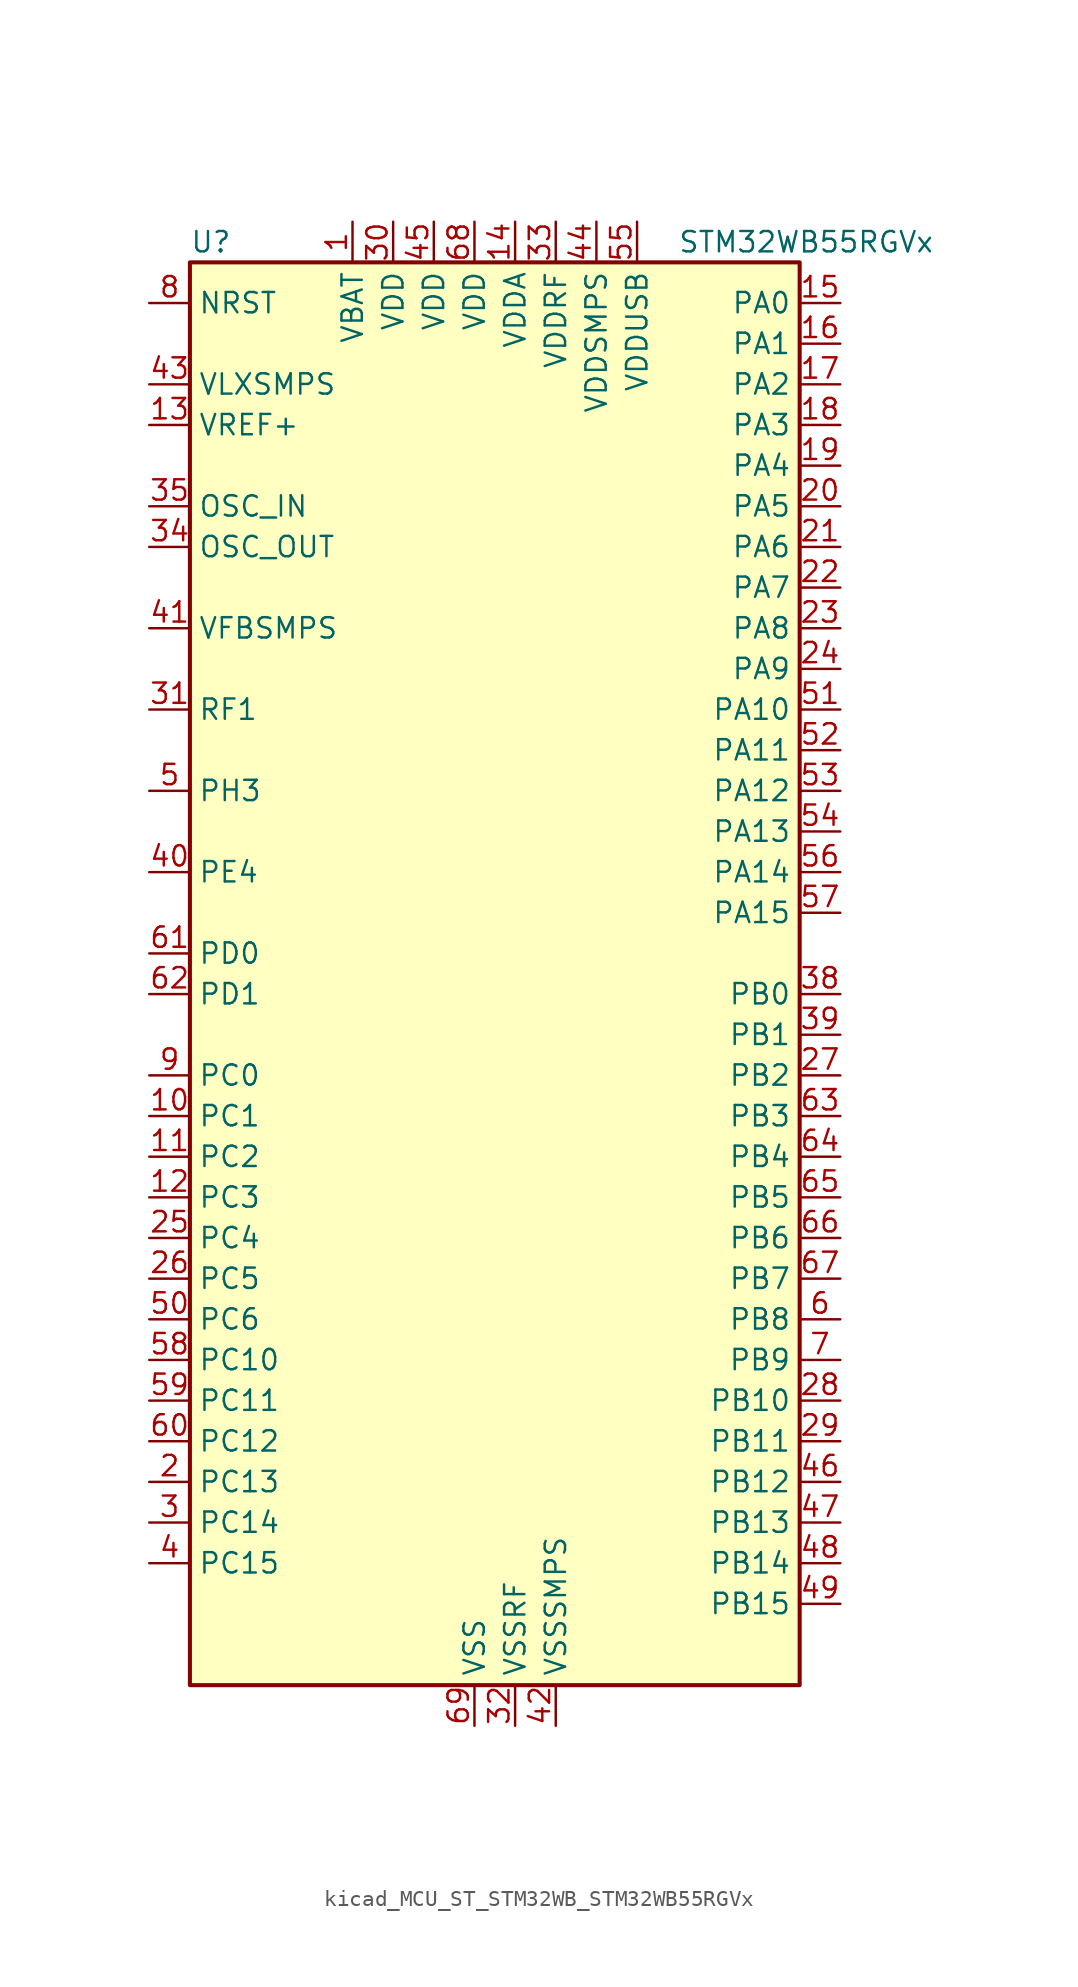
<source format=kicad_sym>
(kicad_symbol_lib
  (version 20220914)
  (generator kicad_symbol_editor)
  (symbol "kicad_MCU_ST_STM32WB_STM32WB55RGVx"
    (property "Reference" "U"
      (at -17.78 46.99 0)
      (effects (font (size 1.27 1.27)) (justify left)))
    (property "Value" "STM32WB55RGVx"
      (at 12.7 46.99 0)
      (effects (font (size 1.27 1.27)) (justify left)))
    (property "ki_locked" ""
      (at 0 0 0)
      (effects (font (size 1.27 1.27))))
    (symbol "kicad_MCU_ST_STM32WB_STM32WB55RGVx_0_1"
      (rectangle (start -17.78 -43.18) (end 20.32 45.72) (stroke (width 0.254) (type default)) (fill (type background))))
    (symbol "kicad_MCU_ST_STM32WB_STM32WB55RGVx_1_1"
      (pin power_in line (at -7.62 48.26 270) (length 2.54) (name "VBAT" (effects (font (size 1.27 1.27)))) (number "1" (effects (font (size 1.27 1.27)))))
      (pin bidirectional line (at -20.32 -7.62 0) (length 2.54) (name "PC1" (effects (font (size 1.27 1.27)))) (number "10" (effects (font (size 1.27 1.27)))) (alternate "ADC1_IN2" bidirectional line) (alternate "I2C3_SDA" bidirectional line) (alternate "LCD_SEG19" bidirectional line) (alternate "LPTIM1_OUT" bidirectional line) (alternate "LPUART1_TX" bidirectional line) (alternate "SPI2_MOSI" bidirectional line))
      (pin bidirectional line (at -20.32 -10.16 0) (length 2.54) (name "PC2" (effects (font (size 1.27 1.27)))) (number "11" (effects (font (size 1.27 1.27)))) (alternate "ADC1_IN3" bidirectional line) (alternate "LCD_SEG20" bidirectional line) (alternate "LPTIM1_IN2" bidirectional line) (alternate "SPI2_MISO" bidirectional line))
      (pin bidirectional line (at -20.32 -12.7 0) (length 2.54) (name "PC3" (effects (font (size 1.27 1.27)))) (number "12" (effects (font (size 1.27 1.27)))) (alternate "ADC1_IN4" bidirectional line) (alternate "LCD_VLCD" bidirectional line) (alternate "LPTIM1_ETR" bidirectional line) (alternate "LPTIM2_ETR" bidirectional line) (alternate "SAI1_D1" bidirectional line) (alternate "SAI1_SD_A" bidirectional line) (alternate "SPI2_MOSI" bidirectional line))
      (pin input line (at -20.32 35.56 0) (length 2.54) (name "VREF+" (effects (font (size 1.27 1.27)))) (number "13" (effects (font (size 1.27 1.27)))) (alternate "VREFBUF_OUT" bidirectional line))
      (pin power_in line (at 2.54 48.26 270) (length 2.54) (name "VDDA" (effects (font (size 1.27 1.27)))) (number "14" (effects (font (size 1.27 1.27)))))
      (pin bidirectional line (at 22.86 43.18 180) (length 2.54) (name "PA0" (effects (font (size 1.27 1.27)))) (number "15" (effects (font (size 1.27 1.27)))) (alternate "ADC1_IN5" bidirectional line) (alternate "COMP1_INM" bidirectional line) (alternate "COMP1_OUT" bidirectional line) (alternate "RTC_TAMP2" bidirectional line) (alternate "SAI1_EXTCLK" bidirectional line) (alternate "SYS_WKUP1" bidirectional line) (alternate "TIM2_CH1" bidirectional line) (alternate "TIM2_ETR" bidirectional line))
      (pin bidirectional line (at 22.86 40.64 180) (length 2.54) (name "PA1" (effects (font (size 1.27 1.27)))) (number "16" (effects (font (size 1.27 1.27)))) (alternate "ADC1_IN6" bidirectional line) (alternate "COMP1_INP" bidirectional line) (alternate "I2C1_SMBA" bidirectional line) (alternate "LCD_SEG0" bidirectional line) (alternate "SPI1_SCK" bidirectional line) (alternate "TIM2_CH2" bidirectional line))
      (pin bidirectional line (at 22.86 38.1 180) (length 2.54) (name "PA2" (effects (font (size 1.27 1.27)))) (number "17" (effects (font (size 1.27 1.27)))) (alternate "ADC1_IN7" bidirectional line) (alternate "COMP2_INM" bidirectional line) (alternate "COMP2_OUT" bidirectional line) (alternate "LCD_SEG1" bidirectional line) (alternate "LPUART1_TX" bidirectional line) (alternate "QUADSPI_BK1_NCS" bidirectional line) (alternate "RCC_LSCO" bidirectional line) (alternate "SYS_WKUP4" bidirectional line) (alternate "TIM2_CH3" bidirectional line))
      (pin bidirectional line (at 22.86 35.56 180) (length 2.54) (name "PA3" (effects (font (size 1.27 1.27)))) (number "18" (effects (font (size 1.27 1.27)))) (alternate "ADC1_IN8" bidirectional line) (alternate "COMP2_INP" bidirectional line) (alternate "LCD_SEG2" bidirectional line) (alternate "LPUART1_RX" bidirectional line) (alternate "QUADSPI_CLK" bidirectional line) (alternate "SAI1_CK1" bidirectional line) (alternate "SAI1_MCLK_A" bidirectional line) (alternate "TIM2_CH4" bidirectional line))
      (pin bidirectional line (at 22.86 33.02 180) (length 2.54) (name "PA4" (effects (font (size 1.27 1.27)))) (number "19" (effects (font (size 1.27 1.27)))) (alternate "ADC1_IN9" bidirectional line) (alternate "COMP1_INM" bidirectional line) (alternate "COMP2_INM" bidirectional line) (alternate "LCD_SEG5" bidirectional line) (alternate "LPTIM2_OUT" bidirectional line) (alternate "SAI1_FS_B" bidirectional line) (alternate "SPI1_NSS" bidirectional line))
      (pin bidirectional line (at -20.32 -30.48 0) (length 2.54) (name "PC13" (effects (font (size 1.27 1.27)))) (number "2" (effects (font (size 1.27 1.27)))) (alternate "RTC_OUT1" bidirectional line) (alternate "RTC_TAMP1" bidirectional line) (alternate "RTC_TS" bidirectional line) (alternate "SYS_WKUP2" bidirectional line))
      (pin bidirectional line (at 22.86 30.48 180) (length 2.54) (name "PA5" (effects (font (size 1.27 1.27)))) (number "20" (effects (font (size 1.27 1.27)))) (alternate "ADC1_IN10" bidirectional line) (alternate "COMP1_INM" bidirectional line) (alternate "COMP2_INM" bidirectional line) (alternate "LPTIM2_ETR" bidirectional line) (alternate "SAI1_SD_B" bidirectional line) (alternate "SPI1_SCK" bidirectional line) (alternate "TIM2_CH1" bidirectional line) (alternate "TIM2_ETR" bidirectional line))
      (pin bidirectional line (at 22.86 27.94 180) (length 2.54) (name "PA6" (effects (font (size 1.27 1.27)))) (number "21" (effects (font (size 1.27 1.27)))) (alternate "ADC1_IN11" bidirectional line) (alternate "LCD_SEG3" bidirectional line) (alternate "LPUART1_CTS" bidirectional line) (alternate "QUADSPI_BK1_IO3" bidirectional line) (alternate "SPI1_MISO" bidirectional line) (alternate "TIM16_CH1" bidirectional line) (alternate "TIM1_BKIN" bidirectional line))
      (pin bidirectional line (at 22.86 25.4 180) (length 2.54) (name "PA7" (effects (font (size 1.27 1.27)))) (number "22" (effects (font (size 1.27 1.27)))) (alternate "ADC1_IN12" bidirectional line) (alternate "COMP2_OUT" bidirectional line) (alternate "I2C3_SCL" bidirectional line) (alternate "LCD_SEG4" bidirectional line) (alternate "QUADSPI_BK1_IO2" bidirectional line) (alternate "SPI1_MOSI" bidirectional line) (alternate "TIM17_CH1" bidirectional line) (alternate "TIM1_CH1N" bidirectional line))
      (pin bidirectional line (at 22.86 22.86 180) (length 2.54) (name "PA8" (effects (font (size 1.27 1.27)))) (number "23" (effects (font (size 1.27 1.27)))) (alternate "ADC1_IN15" bidirectional line) (alternate "LCD_COM0" bidirectional line) (alternate "LPTIM2_OUT" bidirectional line) (alternate "RCC_MCO" bidirectional line) (alternate "SAI1_CK2" bidirectional line) (alternate "SAI1_SCK_A" bidirectional line) (alternate "TIM1_CH1" bidirectional line) (alternate "USART1_CK" bidirectional line))
      (pin bidirectional line (at 22.86 20.32 180) (length 2.54) (name "PA9" (effects (font (size 1.27 1.27)))) (number "24" (effects (font (size 1.27 1.27)))) (alternate "ADC1_IN16" bidirectional line) (alternate "COMP1_INM" bidirectional line) (alternate "I2C1_SCL" bidirectional line) (alternate "LCD_COM1" bidirectional line) (alternate "SAI1_D2" bidirectional line) (alternate "SAI1_FS_A" bidirectional line) (alternate "SPI2_SCK" bidirectional line) (alternate "TIM1_CH2" bidirectional line) (alternate "USART1_TX" bidirectional line))
      (pin bidirectional line (at -20.32 -15.24 0) (length 2.54) (name "PC4" (effects (font (size 1.27 1.27)))) (number "25" (effects (font (size 1.27 1.27)))) (alternate "ADC1_IN13" bidirectional line) (alternate "COMP1_INM" bidirectional line) (alternate "LCD_SEG22" bidirectional line))
      (pin bidirectional line (at -20.32 -17.78 0) (length 2.54) (name "PC5" (effects (font (size 1.27 1.27)))) (number "26" (effects (font (size 1.27 1.27)))) (alternate "ADC1_IN14" bidirectional line) (alternate "COMP1_INP" bidirectional line) (alternate "LCD_SEG23" bidirectional line) (alternate "SAI1_D3" bidirectional line) (alternate "SYS_WKUP5" bidirectional line))
      (pin bidirectional line (at 22.86 -5.08 180) (length 2.54) (name "PB2" (effects (font (size 1.27 1.27)))) (number "27" (effects (font (size 1.27 1.27)))) (alternate "COMP1_INP" bidirectional line) (alternate "I2C3_SMBA" bidirectional line) (alternate "LCD_VLCD" bidirectional line) (alternate "LPTIM1_OUT" bidirectional line) (alternate "RTC_OUT2" bidirectional line) (alternate "SAI1_EXTCLK" bidirectional line) (alternate "SPI1_NSS" bidirectional line))
      (pin bidirectional line (at 22.86 -25.4 180) (length 2.54) (name "PB10" (effects (font (size 1.27 1.27)))) (number "28" (effects (font (size 1.27 1.27)))) (alternate "COMP1_OUT" bidirectional line) (alternate "I2C3_SCL" bidirectional line) (alternate "LCD_SEG10" bidirectional line) (alternate "LPUART1_RX" bidirectional line) (alternate "QUADSPI_CLK" bidirectional line) (alternate "SAI1_SCK_A" bidirectional line) (alternate "SPI2_SCK" bidirectional line) (alternate "TIM2_CH3" bidirectional line) (alternate "TSC_SYNC" bidirectional line))
      (pin bidirectional line (at 22.86 -27.94 180) (length 2.54) (name "PB11" (effects (font (size 1.27 1.27)))) (number "29" (effects (font (size 1.27 1.27)))) (alternate "ADC1_EXTI11" bidirectional line) (alternate "COMP2_OUT" bidirectional line) (alternate "I2C3_SDA" bidirectional line) (alternate "LCD_SEG11" bidirectional line) (alternate "LPUART1_TX" bidirectional line) (alternate "QUADSPI_BK1_NCS" bidirectional line) (alternate "TIM2_CH4" bidirectional line))
      (pin bidirectional line (at -20.32 -33.02 0) (length 2.54) (name "PC14" (effects (font (size 1.27 1.27)))) (number "3" (effects (font (size 1.27 1.27)))) (alternate "RCC_OSC32_IN" bidirectional line))
      (pin power_in line (at -5.08 48.26 270) (length 2.54) (name "VDD" (effects (font (size 1.27 1.27)))) (number "30" (effects (font (size 1.27 1.27)))))
      (pin bidirectional line (at -20.32 17.78 0) (length 2.54) (name "RF1" (effects (font (size 1.27 1.27)))) (number "31" (effects (font (size 1.27 1.27)))) (alternate "RF_RF1" bidirectional line))
      (pin power_in line (at 2.54 -45.72 90) (length 2.54) (name "VSSRF" (effects (font (size 1.27 1.27)))) (number "32" (effects (font (size 1.27 1.27)))))
      (pin power_in line (at 5.08 48.26 270) (length 2.54) (name "VDDRF" (effects (font (size 1.27 1.27)))) (number "33" (effects (font (size 1.27 1.27)))))
      (pin input line (at -20.32 27.94 0) (length 2.54) (name "OSC_OUT" (effects (font (size 1.27 1.27)))) (number "34" (effects (font (size 1.27 1.27)))) (alternate "RCC_OSC_OUT" bidirectional line))
      (pin input line (at -20.32 30.48 0) (length 2.54) (name "OSC_IN" (effects (font (size 1.27 1.27)))) (number "35" (effects (font (size 1.27 1.27)))) (alternate "RCC_OSC_IN" bidirectional line))
      (pin no_connect line (at -17.78 -43.18 0) (length 2.54) hide (name "AT0" (effects (font (size 1.27 1.27)))) (number "36" (effects (font (size 1.27 1.27)))))
      (pin no_connect line (at -17.78 -40.64 0) (length 2.54) hide (name "AT1" (effects (font (size 1.27 1.27)))) (number "37" (effects (font (size 1.27 1.27)))))
      (pin bidirectional line (at 22.86 0 180) (length 2.54) (name "PB0" (effects (font (size 1.27 1.27)))) (number "38" (effects (font (size 1.27 1.27)))) (alternate "COMP1_OUT" bidirectional line) (alternate "RF_TX_MOD_EXT_PA" bidirectional line))
      (pin bidirectional line (at 22.86 -2.54 180) (length 2.54) (name "PB1" (effects (font (size 1.27 1.27)))) (number "39" (effects (font (size 1.27 1.27)))) (alternate "LPTIM2_IN1" bidirectional line) (alternate "LPUART1_DE" bidirectional line) (alternate "LPUART1_RTS" bidirectional line))
      (pin bidirectional line (at -20.32 -35.56 0) (length 2.54) (name "PC15" (effects (font (size 1.27 1.27)))) (number "4" (effects (font (size 1.27 1.27)))) (alternate "ADC1_EXTI15" bidirectional line) (alternate "RCC_OSC32_OUT" bidirectional line))
      (pin bidirectional line (at -20.32 7.62 0) (length 2.54) (name "PE4" (effects (font (size 1.27 1.27)))) (number "40" (effects (font (size 1.27 1.27)))))
      (pin input line (at -20.32 22.86 0) (length 2.54) (name "VFBSMPS" (effects (font (size 1.27 1.27)))) (number "41" (effects (font (size 1.27 1.27)))))
      (pin power_in line (at 5.08 -45.72 90) (length 2.54) (name "VSSSMPS" (effects (font (size 1.27 1.27)))) (number "42" (effects (font (size 1.27 1.27)))))
      (pin power_in line (at -20.32 38.1 0) (length 2.54) (name "VLXSMPS" (effects (font (size 1.27 1.27)))) (number "43" (effects (font (size 1.27 1.27)))))
      (pin power_in line (at 7.62 48.26 270) (length 2.54) (name "VDDSMPS" (effects (font (size 1.27 1.27)))) (number "44" (effects (font (size 1.27 1.27)))))
      (pin power_in line (at -2.54 48.26 270) (length 2.54) (name "VDD" (effects (font (size 1.27 1.27)))) (number "45" (effects (font (size 1.27 1.27)))))
      (pin bidirectional line (at 22.86 -30.48 180) (length 2.54) (name "PB12" (effects (font (size 1.27 1.27)))) (number "46" (effects (font (size 1.27 1.27)))) (alternate "I2C3_SMBA" bidirectional line) (alternate "LCD_SEG12" bidirectional line) (alternate "LPUART1_DE" bidirectional line) (alternate "LPUART1_RTS" bidirectional line) (alternate "SAI1_FS_A" bidirectional line) (alternate "SPI2_NSS" bidirectional line) (alternate "TIM1_BKIN" bidirectional line) (alternate "TSC_G1_IO1" bidirectional line))
      (pin bidirectional line (at 22.86 -33.02 180) (length 2.54) (name "PB13" (effects (font (size 1.27 1.27)))) (number "47" (effects (font (size 1.27 1.27)))) (alternate "I2C3_SCL" bidirectional line) (alternate "LCD_SEG13" bidirectional line) (alternate "LPUART1_CTS" bidirectional line) (alternate "SAI1_SCK_A" bidirectional line) (alternate "SPI2_SCK" bidirectional line) (alternate "TIM1_CH1N" bidirectional line) (alternate "TSC_G1_IO2" bidirectional line))
      (pin bidirectional line (at 22.86 -35.56 180) (length 2.54) (name "PB14" (effects (font (size 1.27 1.27)))) (number "48" (effects (font (size 1.27 1.27)))) (alternate "I2C3_SDA" bidirectional line) (alternate "LCD_SEG14" bidirectional line) (alternate "SAI1_MCLK_A" bidirectional line) (alternate "SPI2_MISO" bidirectional line) (alternate "TIM1_CH2N" bidirectional line) (alternate "TSC_G1_IO3" bidirectional line))
      (pin bidirectional line (at 22.86 -38.1 180) (length 2.54) (name "PB15" (effects (font (size 1.27 1.27)))) (number "49" (effects (font (size 1.27 1.27)))) (alternate "ADC1_EXTI15" bidirectional line) (alternate "LCD_SEG15" bidirectional line) (alternate "RTC_REFIN" bidirectional line) (alternate "SAI1_SD_A" bidirectional line) (alternate "SPI2_MOSI" bidirectional line) (alternate "TIM1_CH3N" bidirectional line) (alternate "TSC_G1_IO4" bidirectional line))
      (pin bidirectional line (at -20.32 12.7 0) (length 2.54) (name "PH3" (effects (font (size 1.27 1.27)))) (number "5" (effects (font (size 1.27 1.27)))) (alternate "RCC_LSCO" bidirectional line))
      (pin bidirectional line (at -20.32 -20.32 0) (length 2.54) (name "PC6" (effects (font (size 1.27 1.27)))) (number "50" (effects (font (size 1.27 1.27)))) (alternate "LCD_SEG24" bidirectional line))
      (pin bidirectional line (at 22.86 17.78 180) (length 2.54) (name "PA10" (effects (font (size 1.27 1.27)))) (number "51" (effects (font (size 1.27 1.27)))) (alternate "CRS_SYNC" bidirectional line) (alternate "I2C1_SDA" bidirectional line) (alternate "LCD_COM2" bidirectional line) (alternate "SAI1_D1" bidirectional line) (alternate "SAI1_SD_A" bidirectional line) (alternate "TIM17_BKIN" bidirectional line) (alternate "TIM1_CH3" bidirectional line) (alternate "USART1_RX" bidirectional line))
      (pin bidirectional line (at 22.86 15.24 180) (length 2.54) (name "PA11" (effects (font (size 1.27 1.27)))) (number "52" (effects (font (size 1.27 1.27)))) (alternate "ADC1_EXTI11" bidirectional line) (alternate "SPI1_MISO" bidirectional line) (alternate "TIM1_BKIN2" bidirectional line) (alternate "TIM1_CH4" bidirectional line) (alternate "USART1_CTS" bidirectional line) (alternate "USART1_NSS" bidirectional line) (alternate "USB_DM" bidirectional line))
      (pin bidirectional line (at 22.86 12.7 180) (length 2.54) (name "PA12" (effects (font (size 1.27 1.27)))) (number "53" (effects (font (size 1.27 1.27)))) (alternate "LPUART1_RX" bidirectional line) (alternate "SPI1_MOSI" bidirectional line) (alternate "TIM1_ETR" bidirectional line) (alternate "USART1_DE" bidirectional line) (alternate "USART1_RTS" bidirectional line) (alternate "USB_DP" bidirectional line))
      (pin bidirectional line (at 22.86 10.16 180) (length 2.54) (name "PA13" (effects (font (size 1.27 1.27)))) (number "54" (effects (font (size 1.27 1.27)))) (alternate "IR_OUT" bidirectional line) (alternate "SAI1_SD_B" bidirectional line) (alternate "SYS_JTMS-SWDIO" bidirectional line) (alternate "USB_NOE" bidirectional line))
      (pin power_in line (at 10.16 48.26 270) (length 2.54) (name "VDDUSB" (effects (font (size 1.27 1.27)))) (number "55" (effects (font (size 1.27 1.27)))))
      (pin bidirectional line (at 22.86 7.62 180) (length 2.54) (name "PA14" (effects (font (size 1.27 1.27)))) (number "56" (effects (font (size 1.27 1.27)))) (alternate "I2C1_SMBA" bidirectional line) (alternate "LCD_SEG5" bidirectional line) (alternate "LPTIM1_OUT" bidirectional line) (alternate "SAI1_FS_B" bidirectional line) (alternate "SYS_JTCK-SWCLK" bidirectional line))
      (pin bidirectional line (at 22.86 5.08 180) (length 2.54) (name "PA15" (effects (font (size 1.27 1.27)))) (number "57" (effects (font (size 1.27 1.27)))) (alternate "ADC1_EXTI15" bidirectional line) (alternate "LCD_SEG17" bidirectional line) (alternate "RCC_MCO" bidirectional line) (alternate "SPI1_NSS" bidirectional line) (alternate "SYS_JTDI" bidirectional line) (alternate "TIM2_CH1" bidirectional line) (alternate "TIM2_ETR" bidirectional line) (alternate "TSC_G3_IO1" bidirectional line))
      (pin bidirectional line (at -20.32 -22.86 0) (length 2.54) (name "PC10" (effects (font (size 1.27 1.27)))) (number "58" (effects (font (size 1.27 1.27)))) (alternate "LCD_COM4" bidirectional line) (alternate "LCD_SEG28" bidirectional line) (alternate "LCD_SEG40" bidirectional line) (alternate "SYS_TRACED1" bidirectional line) (alternate "TSC_G3_IO2" bidirectional line))
      (pin bidirectional line (at -20.32 -25.4 0) (length 2.54) (name "PC11" (effects (font (size 1.27 1.27)))) (number "59" (effects (font (size 1.27 1.27)))) (alternate "ADC1_EXTI11" bidirectional line) (alternate "LCD_COM5" bidirectional line) (alternate "LCD_SEG29" bidirectional line) (alternate "LCD_SEG41" bidirectional line) (alternate "TSC_G3_IO3" bidirectional line))
      (pin bidirectional line (at 22.86 -20.32 180) (length 2.54) (name "PB8" (effects (font (size 1.27 1.27)))) (number "6" (effects (font (size 1.27 1.27)))) (alternate "I2C1_SCL" bidirectional line) (alternate "LCD_SEG16" bidirectional line) (alternate "QUADSPI_BK1_IO1" bidirectional line) (alternate "SAI1_CK1" bidirectional line) (alternate "SAI1_MCLK_A" bidirectional line) (alternate "TIM16_CH1" bidirectional line) (alternate "TIM1_CH2N" bidirectional line))
      (pin bidirectional line (at -20.32 -27.94 0) (length 2.54) (name "PC12" (effects (font (size 1.27 1.27)))) (number "60" (effects (font (size 1.27 1.27)))) (alternate "LCD_COM6" bidirectional line) (alternate "LCD_SEG30" bidirectional line) (alternate "LCD_SEG42" bidirectional line) (alternate "RCC_LSCO" bidirectional line) (alternate "RTC_TAMP3" bidirectional line) (alternate "SYS_TRACED3" bidirectional line) (alternate "SYS_WKUP3" bidirectional line) (alternate "TSC_G3_IO4" bidirectional line))
      (pin bidirectional line (at -20.32 2.54 0) (length 2.54) (name "PD0" (effects (font (size 1.27 1.27)))) (number "61" (effects (font (size 1.27 1.27)))) (alternate "SPI2_NSS" bidirectional line))
      (pin bidirectional line (at -20.32 0 0) (length 2.54) (name "PD1" (effects (font (size 1.27 1.27)))) (number "62" (effects (font (size 1.27 1.27)))) (alternate "SPI2_SCK" bidirectional line))
      (pin bidirectional line (at 22.86 -7.62 180) (length 2.54) (name "PB3" (effects (font (size 1.27 1.27)))) (number "63" (effects (font (size 1.27 1.27)))) (alternate "COMP2_INM" bidirectional line) (alternate "LCD_SEG7" bidirectional line) (alternate "SAI1_SCK_B" bidirectional line) (alternate "SPI1_SCK" bidirectional line) (alternate "SYS_JTDO-SWO" bidirectional line) (alternate "TIM2_CH2" bidirectional line) (alternate "USART1_DE" bidirectional line) (alternate "USART1_RTS" bidirectional line))
      (pin bidirectional line (at 22.86 -10.16 180) (length 2.54) (name "PB4" (effects (font (size 1.27 1.27)))) (number "64" (effects (font (size 1.27 1.27)))) (alternate "COMP2_INP" bidirectional line) (alternate "I2C3_SDA" bidirectional line) (alternate "LCD_SEG8" bidirectional line) (alternate "SAI1_MCLK_B" bidirectional line) (alternate "SPI1_MISO" bidirectional line) (alternate "SYS_JTRST" bidirectional line) (alternate "TIM17_BKIN" bidirectional line) (alternate "TSC_G2_IO1" bidirectional line) (alternate "USART1_CTS" bidirectional line) (alternate "USART1_NSS" bidirectional line))
      (pin bidirectional line (at 22.86 -12.7 180) (length 2.54) (name "PB5" (effects (font (size 1.27 1.27)))) (number "65" (effects (font (size 1.27 1.27)))) (alternate "COMP2_OUT" bidirectional line) (alternate "I2C1_SMBA" bidirectional line) (alternate "LCD_SEG9" bidirectional line) (alternate "LPTIM1_IN1" bidirectional line) (alternate "LPUART1_TX" bidirectional line) (alternate "SAI1_SD_B" bidirectional line) (alternate "SPI1_MOSI" bidirectional line) (alternate "TIM16_BKIN" bidirectional line) (alternate "TSC_G2_IO2" bidirectional line) (alternate "USART1_CK" bidirectional line))
      (pin bidirectional line (at 22.86 -15.24 180) (length 2.54) (name "PB6" (effects (font (size 1.27 1.27)))) (number "66" (effects (font (size 1.27 1.27)))) (alternate "COMP2_INP" bidirectional line) (alternate "I2C1_SCL" bidirectional line) (alternate "LCD_SEG6" bidirectional line) (alternate "LPTIM1_ETR" bidirectional line) (alternate "RCC_MCO" bidirectional line) (alternate "SAI1_FS_B" bidirectional line) (alternate "TIM16_CH1N" bidirectional line) (alternate "TSC_G2_IO3" bidirectional line) (alternate "USART1_TX" bidirectional line))
      (pin bidirectional line (at 22.86 -17.78 180) (length 2.54) (name "PB7" (effects (font (size 1.27 1.27)))) (number "67" (effects (font (size 1.27 1.27)))) (alternate "COMP2_INM" bidirectional line) (alternate "I2C1_SDA" bidirectional line) (alternate "LCD_SEG21" bidirectional line) (alternate "LPTIM1_IN2" bidirectional line) (alternate "SYS_PVD_IN" bidirectional line) (alternate "TIM17_CH1N" bidirectional line) (alternate "TIM1_BKIN" bidirectional line) (alternate "TSC_G2_IO4" bidirectional line) (alternate "USART1_RX" bidirectional line))
      (pin power_in line (at 0 48.26 270) (length 2.54) (name "VDD" (effects (font (size 1.27 1.27)))) (number "68" (effects (font (size 1.27 1.27)))))
      (pin power_in line (at 0 -45.72 90) (length 2.54) (name "VSS" (effects (font (size 1.27 1.27)))) (number "69" (effects (font (size 1.27 1.27)))))
      (pin bidirectional line (at 22.86 -22.86 180) (length 2.54) (name "PB9" (effects (font (size 1.27 1.27)))) (number "7" (effects (font (size 1.27 1.27)))) (alternate "I2C1_SDA" bidirectional line) (alternate "IR_OUT" bidirectional line) (alternate "LCD_COM3" bidirectional line) (alternate "QUADSPI_BK1_IO0" bidirectional line) (alternate "SAI1_D2" bidirectional line) (alternate "SAI1_FS_A" bidirectional line) (alternate "SPI2_NSS" bidirectional line) (alternate "TIM17_CH1" bidirectional line) (alternate "TIM1_CH3N" bidirectional line))
      (pin input line (at -20.32 43.18 0) (length 2.54) (name "NRST" (effects (font (size 1.27 1.27)))) (number "8" (effects (font (size 1.27 1.27)))))
      (pin bidirectional line (at -20.32 -5.08 0) (length 2.54) (name "PC0" (effects (font (size 1.27 1.27)))) (number "9" (effects (font (size 1.27 1.27)))) (alternate "ADC1_IN1" bidirectional line) (alternate "I2C3_SCL" bidirectional line) (alternate "LCD_SEG18" bidirectional line) (alternate "LPTIM1_IN1" bidirectional line) (alternate "LPTIM2_IN1" bidirectional line) (alternate "LPUART1_RX" bidirectional line)))))
</source>
